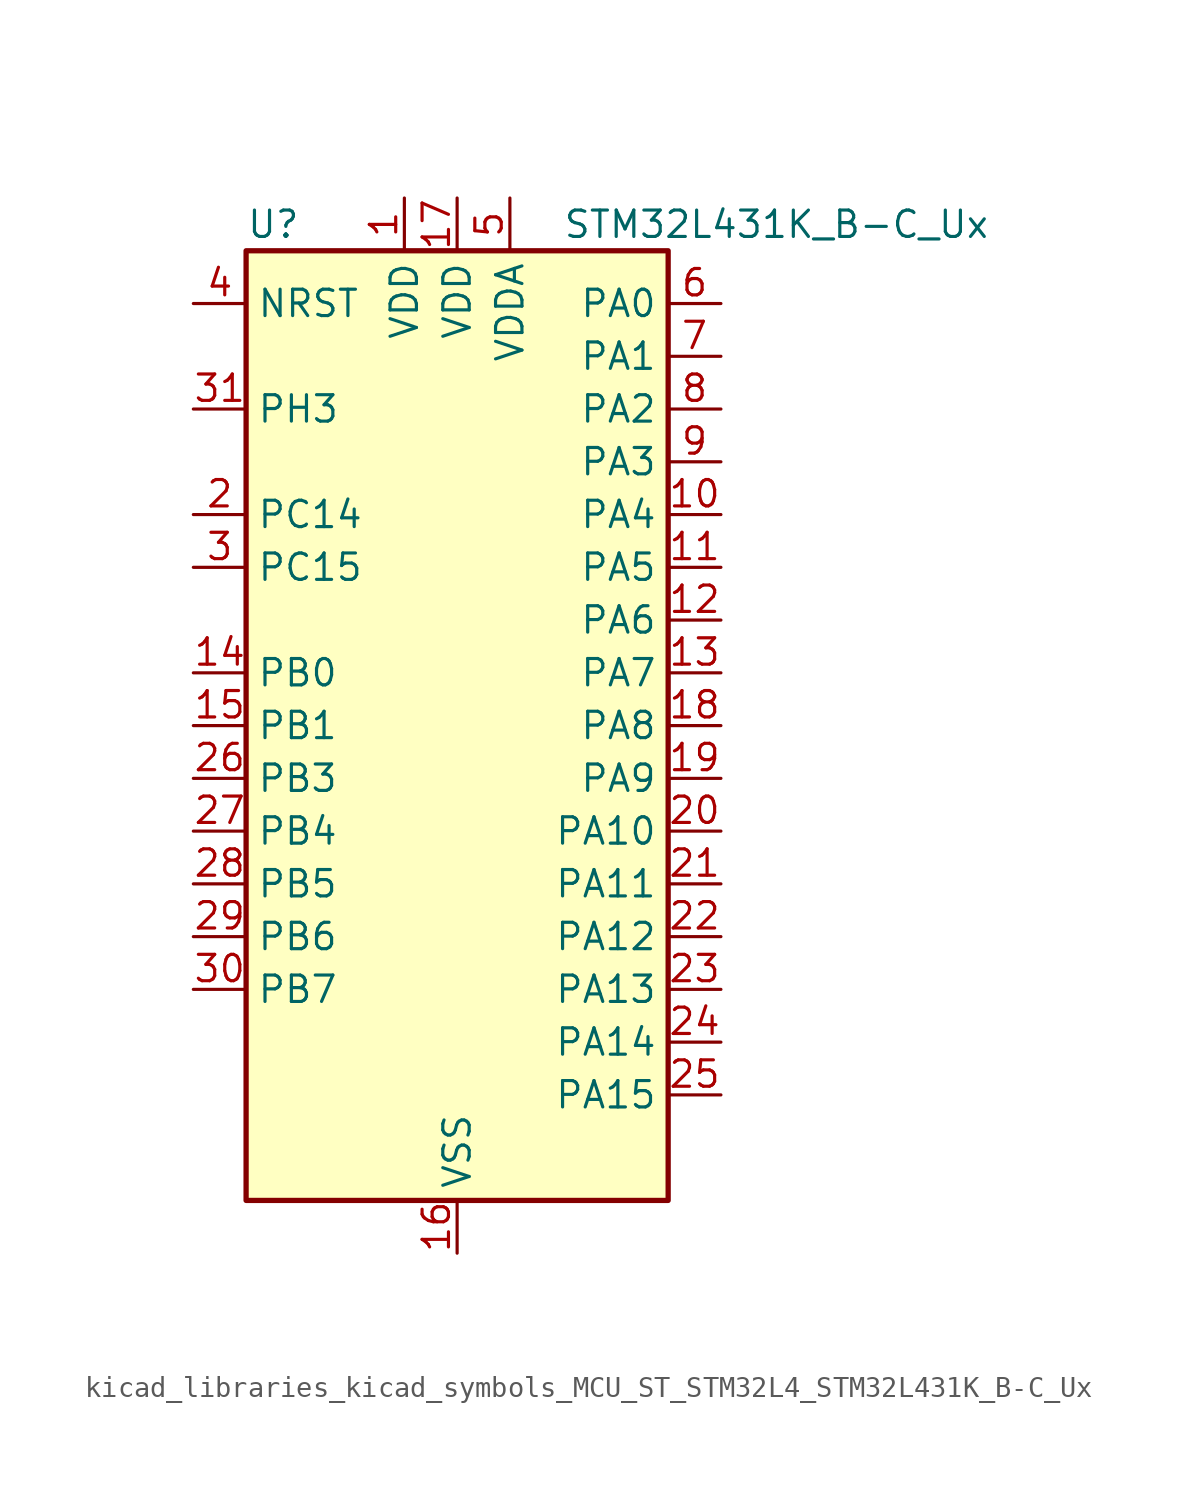
<source format=kicad_sym>
(kicad_symbol_lib
  (version 20220914)
  (generator kicad_symbol_editor)
  (symbol "kicad_libraries_kicad_symbols_MCU_ST_STM32L4_STM32L431K_B-C_Ux"
    (property "Reference" "U"
      (at -10.16 24.13 0)
      (effects (font (size 1.27 1.27)) (justify left)))
    (property "Value" "STM32L431K_B-C_Ux"
      (at 5.08 24.13 0)
      (effects (font (size 1.27 1.27)) (justify left)))
    (property "ki_locked" ""
      (at 0 0 0)
      (effects (font (size 1.27 1.27))))
    (symbol "kicad_libraries_kicad_symbols_MCU_ST_STM32L4_STM32L431K_B-C_Ux_0_1"
      (rectangle (start -10.16 -22.86) (end 10.16 22.86) (stroke (width 0.254) (type default)) (fill (type background))))
    (symbol "kicad_libraries_kicad_symbols_MCU_ST_STM32L4_STM32L431K_B-C_Ux_1_1"
      (pin power_in line (at -2.54 25.4 270) (length 2.54) (name "VDD" (effects (font (size 1.27 1.27)))) (number "1" (effects (font (size 1.27 1.27)))))
      (pin bidirectional line (at 12.7 10.16 180) (length 2.54) (name "PA4" (effects (font (size 1.27 1.27)))) (number "10" (effects (font (size 1.27 1.27)))) (alternate "ADC1_IN9" bidirectional line) (alternate "COMP1_INM" bidirectional line) (alternate "COMP2_INM" bidirectional line) (alternate "DAC1_OUT1" bidirectional line) (alternate "LPTIM2_OUT" bidirectional line) (alternate "SAI1_FS_B" bidirectional line) (alternate "SPI1_NSS" bidirectional line) (alternate "SPI3_NSS" bidirectional line) (alternate "USART2_CK" bidirectional line))
      (pin bidirectional line (at 12.7 7.62 180) (length 2.54) (name "PA5" (effects (font (size 1.27 1.27)))) (number "11" (effects (font (size 1.27 1.27)))) (alternate "ADC1_IN10" bidirectional line) (alternate "COMP1_INM" bidirectional line) (alternate "COMP2_INM" bidirectional line) (alternate "DAC1_OUT2" bidirectional line) (alternate "LPTIM2_ETR" bidirectional line) (alternate "SPI1_SCK" bidirectional line) (alternate "TIM2_CH1" bidirectional line) (alternate "TIM2_ETR" bidirectional line))
      (pin bidirectional line (at 12.7 5.08 180) (length 2.54) (name "PA6" (effects (font (size 1.27 1.27)))) (number "12" (effects (font (size 1.27 1.27)))) (alternate "ADC1_IN11" bidirectional line) (alternate "COMP1_OUT" bidirectional line) (alternate "LPUART1_CTS" bidirectional line) (alternate "QUADSPI_BK1_IO3" bidirectional line) (alternate "SPI1_MISO" bidirectional line) (alternate "TIM16_CH1" bidirectional line) (alternate "TIM1_BKIN" bidirectional line) (alternate "TIM1_BKIN_COMP2" bidirectional line))
      (pin bidirectional line (at 12.7 2.54 180) (length 2.54) (name "PA7" (effects (font (size 1.27 1.27)))) (number "13" (effects (font (size 1.27 1.27)))) (alternate "ADC1_IN12" bidirectional line) (alternate "COMP2_OUT" bidirectional line) (alternate "I2C3_SCL" bidirectional line) (alternate "QUADSPI_BK1_IO2" bidirectional line) (alternate "SPI1_MOSI" bidirectional line) (alternate "TIM1_CH1N" bidirectional line))
      (pin bidirectional line (at -12.7 2.54 0) (length 2.54) (name "PB0" (effects (font (size 1.27 1.27)))) (number "14" (effects (font (size 1.27 1.27)))) (alternate "ADC1_IN15" bidirectional line) (alternate "COMP1_OUT" bidirectional line) (alternate "QUADSPI_BK1_IO1" bidirectional line) (alternate "SAI1_EXTCLK" bidirectional line) (alternate "SPI1_NSS" bidirectional line) (alternate "TIM1_CH2N" bidirectional line))
      (pin bidirectional line (at -12.7 0 0) (length 2.54) (name "PB1" (effects (font (size 1.27 1.27)))) (number "15" (effects (font (size 1.27 1.27)))) (alternate "ADC1_IN16" bidirectional line) (alternate "COMP1_INM" bidirectional line) (alternate "LPTIM2_IN1" bidirectional line) (alternate "LPUART1_DE" bidirectional line) (alternate "LPUART1_RTS" bidirectional line) (alternate "QUADSPI_BK1_IO0" bidirectional line) (alternate "TIM1_CH3N" bidirectional line))
      (pin power_in line (at 0 -25.4 90) (length 2.54) (name "VSS" (effects (font (size 1.27 1.27)))) (number "16" (effects (font (size 1.27 1.27)))))
      (pin power_in line (at 0 25.4 270) (length 2.54) (name "VDD" (effects (font (size 1.27 1.27)))) (number "17" (effects (font (size 1.27 1.27)))))
      (pin bidirectional line (at 12.7 0 180) (length 2.54) (name "PA8" (effects (font (size 1.27 1.27)))) (number "18" (effects (font (size 1.27 1.27)))) (alternate "LPTIM2_OUT" bidirectional line) (alternate "RCC_MCO" bidirectional line) (alternate "SAI1_SCK_A" bidirectional line) (alternate "SWPMI1_IO" bidirectional line) (alternate "TIM1_CH1" bidirectional line) (alternate "USART1_CK" bidirectional line))
      (pin bidirectional line (at 12.7 -2.54 180) (length 2.54) (name "PA9" (effects (font (size 1.27 1.27)))) (number "19" (effects (font (size 1.27 1.27)))) (alternate "DAC1_EXTI9" bidirectional line) (alternate "I2C1_SCL" bidirectional line) (alternate "SAI1_FS_A" bidirectional line) (alternate "TIM15_BKIN" bidirectional line) (alternate "TIM1_CH2" bidirectional line) (alternate "USART1_TX" bidirectional line))
      (pin bidirectional line (at -12.7 10.16 0) (length 2.54) (name "PC14" (effects (font (size 1.27 1.27)))) (number "2" (effects (font (size 1.27 1.27)))) (alternate "RCC_OSC32_IN" bidirectional line))
      (pin bidirectional line (at 12.7 -5.08 180) (length 2.54) (name "PA10" (effects (font (size 1.27 1.27)))) (number "20" (effects (font (size 1.27 1.27)))) (alternate "I2C1_SDA" bidirectional line) (alternate "SAI1_SD_A" bidirectional line) (alternate "TIM1_CH3" bidirectional line) (alternate "USART1_RX" bidirectional line))
      (pin bidirectional line (at 12.7 -7.62 180) (length 2.54) (name "PA11" (effects (font (size 1.27 1.27)))) (number "21" (effects (font (size 1.27 1.27)))) (alternate "ADC1_EXTI11" bidirectional line) (alternate "CAN1_RX" bidirectional line) (alternate "COMP1_OUT" bidirectional line) (alternate "SPI1_MISO" bidirectional line) (alternate "TIM1_BKIN2" bidirectional line) (alternate "TIM1_BKIN2_COMP1" bidirectional line) (alternate "TIM1_CH4" bidirectional line) (alternate "USART1_CTS" bidirectional line))
      (pin bidirectional line (at 12.7 -10.16 180) (length 2.54) (name "PA12" (effects (font (size 1.27 1.27)))) (number "22" (effects (font (size 1.27 1.27)))) (alternate "CAN1_TX" bidirectional line) (alternate "SPI1_MOSI" bidirectional line) (alternate "TIM1_ETR" bidirectional line) (alternate "USART1_DE" bidirectional line) (alternate "USART1_RTS" bidirectional line))
      (pin bidirectional line (at 12.7 -12.7 180) (length 2.54) (name "PA13" (effects (font (size 1.27 1.27)))) (number "23" (effects (font (size 1.27 1.27)))) (alternate "IR_OUT" bidirectional line) (alternate "SAI1_SD_B" bidirectional line) (alternate "SWPMI1_TX" bidirectional line) (alternate "SYS_JTMS-SWDIO" bidirectional line))
      (pin bidirectional line (at 12.7 -15.24 180) (length 2.54) (name "PA14" (effects (font (size 1.27 1.27)))) (number "24" (effects (font (size 1.27 1.27)))) (alternate "I2C1_SMBA" bidirectional line) (alternate "LPTIM1_OUT" bidirectional line) (alternate "SAI1_FS_B" bidirectional line) (alternate "SWPMI1_RX" bidirectional line) (alternate "SYS_JTCK-SWCLK" bidirectional line))
      (pin bidirectional line (at 12.7 -17.78 180) (length 2.54) (name "PA15" (effects (font (size 1.27 1.27)))) (number "25" (effects (font (size 1.27 1.27)))) (alternate "ADC1_EXTI15" bidirectional line) (alternate "SPI1_NSS" bidirectional line) (alternate "SPI3_NSS" bidirectional line) (alternate "SWPMI1_SUSPEND" bidirectional line) (alternate "SYS_JTDI" bidirectional line) (alternate "TIM2_CH1" bidirectional line) (alternate "TIM2_ETR" bidirectional line) (alternate "USART2_RX" bidirectional line))
      (pin bidirectional line (at -12.7 -2.54 0) (length 2.54) (name "PB3" (effects (font (size 1.27 1.27)))) (number "26" (effects (font (size 1.27 1.27)))) (alternate "COMP2_INM" bidirectional line) (alternate "SAI1_SCK_B" bidirectional line) (alternate "SPI1_SCK" bidirectional line) (alternate "SPI3_SCK" bidirectional line) (alternate "SYS_JTDO-SWO" bidirectional line) (alternate "TIM2_CH2" bidirectional line) (alternate "USART1_DE" bidirectional line) (alternate "USART1_RTS" bidirectional line))
      (pin bidirectional line (at -12.7 -5.08 0) (length 2.54) (name "PB4" (effects (font (size 1.27 1.27)))) (number "27" (effects (font (size 1.27 1.27)))) (alternate "COMP2_INP" bidirectional line) (alternate "I2C3_SDA" bidirectional line) (alternate "SAI1_MCLK_B" bidirectional line) (alternate "SPI1_MISO" bidirectional line) (alternate "SPI3_MISO" bidirectional line) (alternate "SYS_JTRST" bidirectional line) (alternate "TSC_G2_IO1" bidirectional line) (alternate "USART1_CTS" bidirectional line))
      (pin bidirectional line (at -12.7 -7.62 0) (length 2.54) (name "PB5" (effects (font (size 1.27 1.27)))) (number "28" (effects (font (size 1.27 1.27)))) (alternate "COMP2_OUT" bidirectional line) (alternate "I2C1_SMBA" bidirectional line) (alternate "LPTIM1_IN1" bidirectional line) (alternate "SAI1_SD_B" bidirectional line) (alternate "SPI1_MOSI" bidirectional line) (alternate "SPI3_MOSI" bidirectional line) (alternate "TIM16_BKIN" bidirectional line) (alternate "TSC_G2_IO2" bidirectional line) (alternate "USART1_CK" bidirectional line))
      (pin bidirectional line (at -12.7 -10.16 0) (length 2.54) (name "PB6" (effects (font (size 1.27 1.27)))) (number "29" (effects (font (size 1.27 1.27)))) (alternate "COMP2_INP" bidirectional line) (alternate "I2C1_SCL" bidirectional line) (alternate "LPTIM1_ETR" bidirectional line) (alternate "SAI1_FS_B" bidirectional line) (alternate "TIM16_CH1N" bidirectional line) (alternate "TSC_G2_IO3" bidirectional line) (alternate "USART1_TX" bidirectional line))
      (pin bidirectional line (at -12.7 7.62 0) (length 2.54) (name "PC15" (effects (font (size 1.27 1.27)))) (number "3" (effects (font (size 1.27 1.27)))) (alternate "ADC1_EXTI15" bidirectional line) (alternate "RCC_OSC32_OUT" bidirectional line))
      (pin bidirectional line (at -12.7 -12.7 0) (length 2.54) (name "PB7" (effects (font (size 1.27 1.27)))) (number "30" (effects (font (size 1.27 1.27)))) (alternate "COMP2_INM" bidirectional line) (alternate "I2C1_SDA" bidirectional line) (alternate "LPTIM1_IN2" bidirectional line) (alternate "SYS_PVD_IN" bidirectional line) (alternate "TSC_G2_IO4" bidirectional line) (alternate "USART1_RX" bidirectional line))
      (pin bidirectional line (at -12.7 15.24 0) (length 2.54) (name "PH3" (effects (font (size 1.27 1.27)))) (number "31" (effects (font (size 1.27 1.27)))))
      (pin passive line (at 0 -25.4 90) (length 2.54) hide (name "VSS" (effects (font (size 1.27 1.27)))) (number "32" (effects (font (size 1.27 1.27)))))
      (pin passive line (at 0 -25.4 90) (length 2.54) hide (name "VSS" (effects (font (size 1.27 1.27)))) (number "33" (effects (font (size 1.27 1.27)))))
      (pin input line (at -12.7 20.32 0) (length 2.54) (name "NRST" (effects (font (size 1.27 1.27)))) (number "4" (effects (font (size 1.27 1.27)))))
      (pin power_in line (at 2.54 25.4 270) (length 2.54) (name "VDDA" (effects (font (size 1.27 1.27)))) (number "5" (effects (font (size 1.27 1.27)))))
      (pin bidirectional line (at 12.7 20.32 180) (length 2.54) (name "PA0" (effects (font (size 1.27 1.27)))) (number "6" (effects (font (size 1.27 1.27)))) (alternate "ADC1_IN5" bidirectional line) (alternate "COMP1_INM" bidirectional line) (alternate "COMP1_OUT" bidirectional line) (alternate "OPAMP1_VINP" bidirectional line) (alternate "RCC_CK_IN" bidirectional line) (alternate "RTC_TAMP2" bidirectional line) (alternate "SAI1_EXTCLK" bidirectional line) (alternate "SYS_WKUP1" bidirectional line) (alternate "TIM2_CH1" bidirectional line) (alternate "TIM2_ETR" bidirectional line) (alternate "USART2_CTS" bidirectional line))
      (pin bidirectional line (at 12.7 17.78 180) (length 2.54) (name "PA1" (effects (font (size 1.27 1.27)))) (number "7" (effects (font (size 1.27 1.27)))) (alternate "ADC1_IN6" bidirectional line) (alternate "COMP1_INP" bidirectional line) (alternate "I2C1_SMBA" bidirectional line) (alternate "OPAMP1_VINM" bidirectional line) (alternate "SPI1_SCK" bidirectional line) (alternate "TIM15_CH1N" bidirectional line) (alternate "TIM2_CH2" bidirectional line) (alternate "USART2_DE" bidirectional line) (alternate "USART2_RTS" bidirectional line))
      (pin bidirectional line (at 12.7 15.24 180) (length 2.54) (name "PA2" (effects (font (size 1.27 1.27)))) (number "8" (effects (font (size 1.27 1.27)))) (alternate "ADC1_IN7" bidirectional line) (alternate "COMP2_INM" bidirectional line) (alternate "COMP2_OUT" bidirectional line) (alternate "LPUART1_TX" bidirectional line) (alternate "QUADSPI_BK1_NCS" bidirectional line) (alternate "RCC_LSCO" bidirectional line) (alternate "SYS_WKUP4" bidirectional line) (alternate "TIM15_CH1" bidirectional line) (alternate "TIM2_CH3" bidirectional line) (alternate "USART2_TX" bidirectional line))
      (pin bidirectional line (at 12.7 12.7 180) (length 2.54) (name "PA3" (effects (font (size 1.27 1.27)))) (number "9" (effects (font (size 1.27 1.27)))) (alternate "ADC1_IN8" bidirectional line) (alternate "COMP2_INP" bidirectional line) (alternate "LPUART1_RX" bidirectional line) (alternate "OPAMP1_VOUT" bidirectional line) (alternate "QUADSPI_CLK" bidirectional line) (alternate "SAI1_MCLK_A" bidirectional line) (alternate "TIM15_CH2" bidirectional line) (alternate "TIM2_CH4" bidirectional line) (alternate "USART2_RX" bidirectional line)))))
</source>
